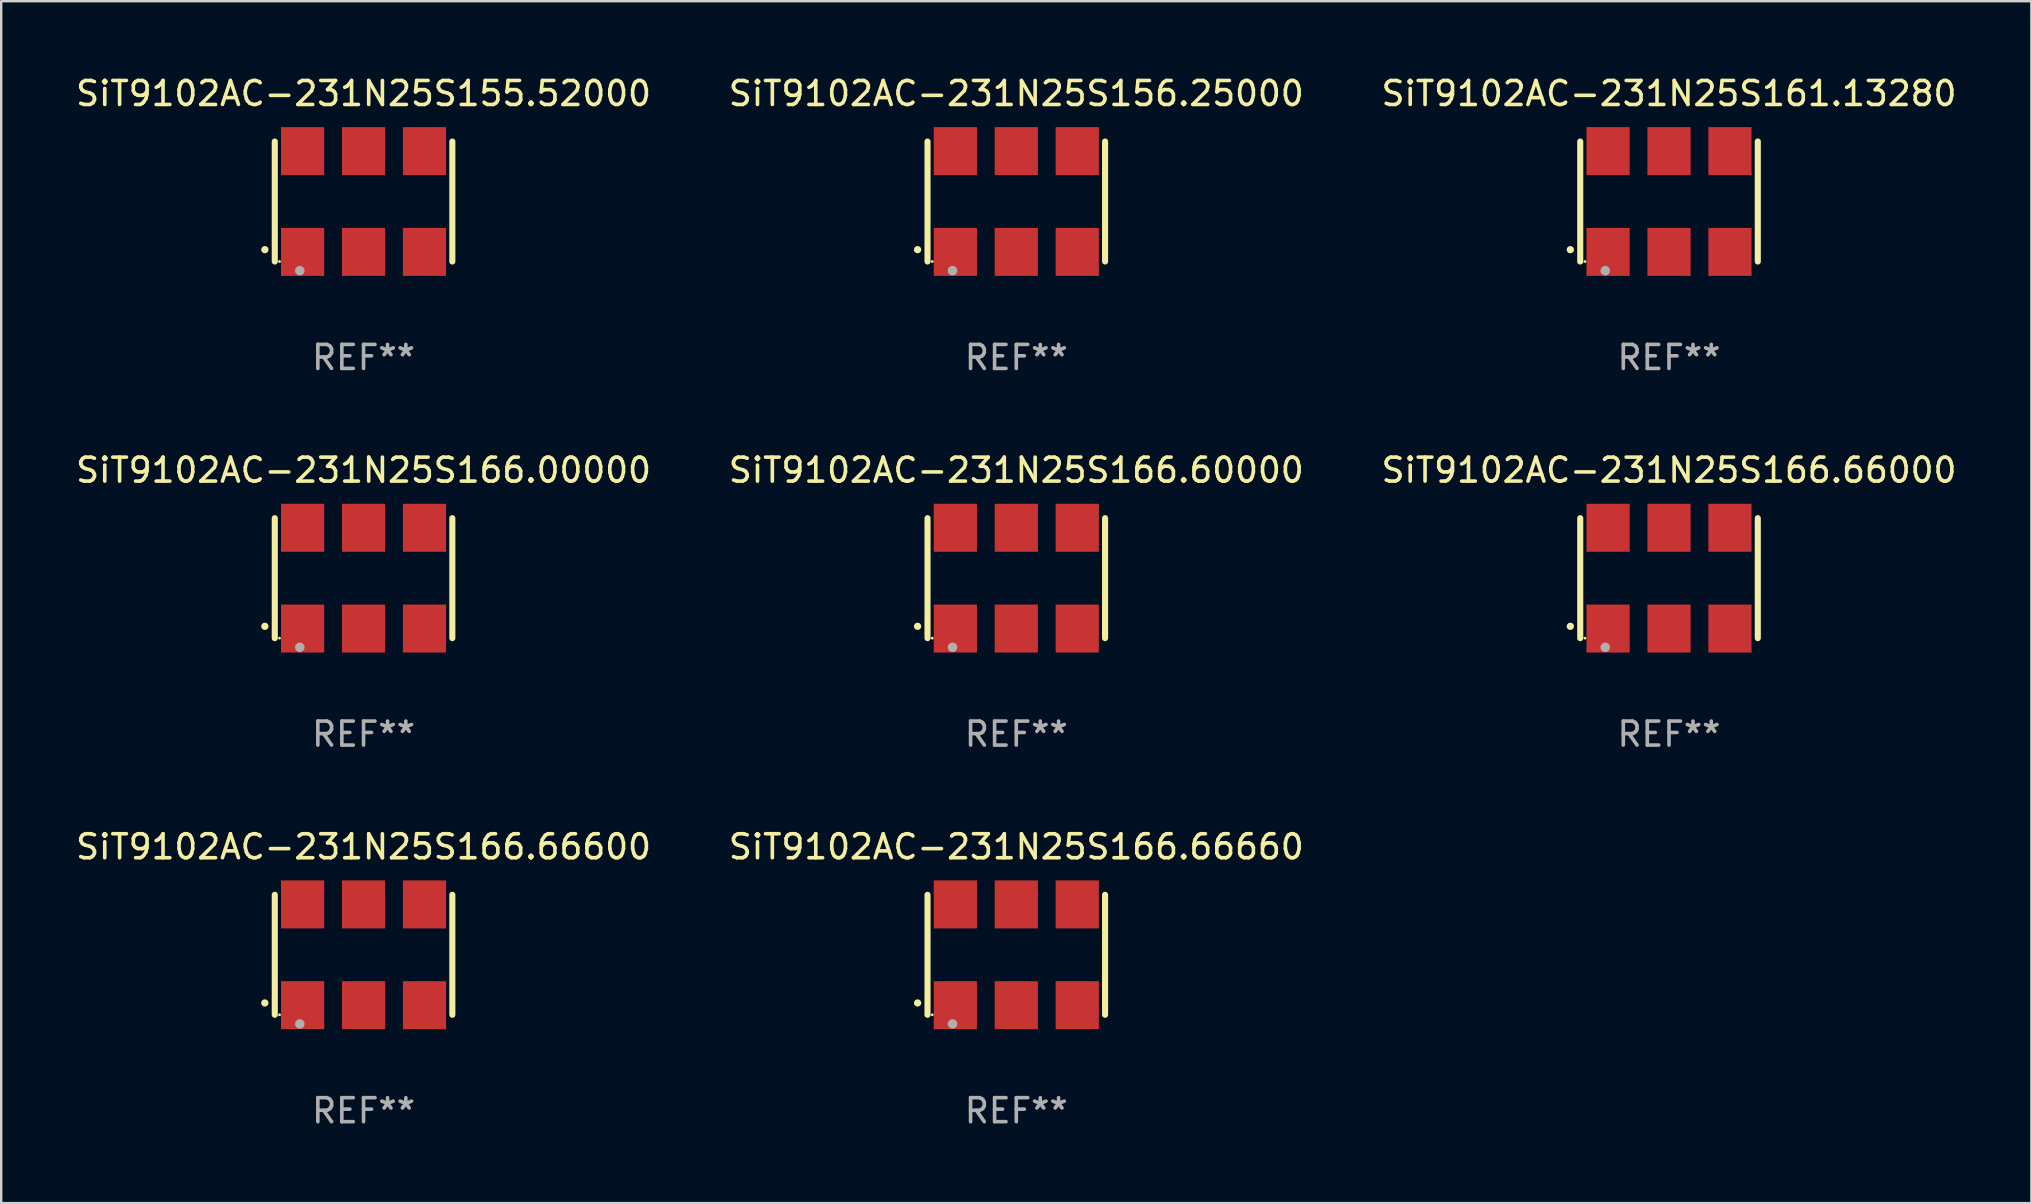
<source format=kicad_pcb>
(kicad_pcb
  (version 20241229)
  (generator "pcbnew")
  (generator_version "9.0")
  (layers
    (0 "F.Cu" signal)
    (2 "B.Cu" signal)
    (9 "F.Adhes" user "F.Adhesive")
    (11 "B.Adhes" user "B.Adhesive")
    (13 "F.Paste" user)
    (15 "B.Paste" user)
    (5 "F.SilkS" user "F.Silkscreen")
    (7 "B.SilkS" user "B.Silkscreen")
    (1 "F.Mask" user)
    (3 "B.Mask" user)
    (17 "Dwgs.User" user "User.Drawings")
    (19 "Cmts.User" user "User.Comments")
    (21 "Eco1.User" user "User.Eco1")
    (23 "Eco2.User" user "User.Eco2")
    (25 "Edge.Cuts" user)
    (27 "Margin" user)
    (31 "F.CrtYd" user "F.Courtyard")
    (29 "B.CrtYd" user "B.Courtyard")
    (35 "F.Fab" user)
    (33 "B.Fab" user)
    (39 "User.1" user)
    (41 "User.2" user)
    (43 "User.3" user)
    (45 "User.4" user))
  (footprint "SiT9102AC-231N25S166.66660"
    (layer "F.Cu")
    (at 39.304 36.741)
    (property "Reference" "SiT9102AC-231N25S166.66660" (at 0 -4.5 0) (layer "F.SilkS") (effects (font (size 1 1) (thickness 0.15))))
    (attr through_hole)
    (fp_line (start -3.7 -2.5) (end -3.7 2.5) (stroke (width 0.254) (type solid)) (layer "F.SilkS"))
    (fp_line (start 3.7 -2.5) (end 3.7 2.5) (stroke (width 0.254) (type solid)) (layer "F.SilkS"))
    (fp_arc (start -4.114415 2.006604) (mid -4.113145 2.006599) (end -4.111875 2.006604) (stroke (width 0.3) (type solid)) (layer "F.SilkS"))
    (fp_circle (center -3.502 2.5) (end -3.472 2.5) (stroke (width 0.06) (type solid)) (fill no) (layer "F.SilkS"))
    (fp_circle (center -2.657 2.882) (end -2.557 2.882) (stroke (width 0.2) (type solid)) (fill no) (layer "F.Fab"))
    (fp_text user "REF**" (at 0 6.5 0) (layer "F.Fab") (effects (font (size 1 1) (thickness 0.15))))
    (pad "1" smd rect (at -2.54 2.1) (size 1.8 2) (layers "F.Cu" "F.Mask" "F.Paste"))
    (pad "2" smd rect (at 0.000394 2.1) (size 1.8 2) (layers "F.Cu" "F.Mask" "F.Paste"))
    (pad "3" smd rect (at 2.54 2.1) (size 1.8 2) (layers "F.Cu" "F.Mask" "F.Paste"))
    (pad "4" smd rect (at 2.54 -2.1) (size 1.8 2) (layers "F.Cu" "F.Mask" "F.Paste"))
    (pad "5" smd rect (at 0.000394 -2.1) (size 1.8 2) (layers "F.Cu" "F.Mask" "F.Paste"))
    (pad "6" smd rect (at -2.54 -2.1) (size 1.8 2) (layers "F.Cu" "F.Mask" "F.Paste")))
  (footprint "SiT9102AC-231N25S155.52000"
    (layer "F.Cu")
    (at 12.101 5.348)
    (property "Reference" "SiT9102AC-231N25S155.52000" (at 0 -4.5 0) (layer "F.SilkS") (effects (font (size 1 1) (thickness 0.15))))
    (attr through_hole)
    (fp_line (start -3.7 -2.5) (end -3.7 2.5) (stroke (width 0.254) (type solid)) (layer "F.SilkS"))
    (fp_line (start 3.7 -2.5) (end 3.7 2.5) (stroke (width 0.254) (type solid)) (layer "F.SilkS"))
    (fp_arc (start -4.114415 2.006604) (mid -4.113145 2.006599) (end -4.111875 2.006604) (stroke (width 0.3) (type solid)) (layer "F.SilkS"))
    (fp_circle (center -3.502 2.5) (end -3.472 2.5) (stroke (width 0.06) (type solid)) (fill no) (layer "F.SilkS"))
    (fp_circle (center -2.657 2.882) (end -2.557 2.882) (stroke (width 0.2) (type solid)) (fill no) (layer "F.Fab"))
    (fp_text user "REF**" (at 0 6.5 0) (layer "F.Fab") (effects (font (size 1 1) (thickness 0.15))))
    (pad "1" smd rect (at -2.54 2.1) (size 1.8 2) (layers "F.Cu" "F.Mask" "F.Paste"))
    (pad "2" smd rect (at 0.000394 2.1) (size 1.8 2) (layers "F.Cu" "F.Mask" "F.Paste"))
    (pad "3" smd rect (at 2.54 2.1) (size 1.8 2) (layers "F.Cu" "F.Mask" "F.Paste"))
    (pad "4" smd rect (at 2.54 -2.1) (size 1.8 2) (layers "F.Cu" "F.Mask" "F.Paste"))
    (pad "5" smd rect (at 0.000394 -2.1) (size 1.8 2) (layers "F.Cu" "F.Mask" "F.Paste"))
    (pad "6" smd rect (at -2.54 -2.1) (size 1.8 2) (layers "F.Cu" "F.Mask" "F.Paste")))
  (footprint "SiT9102AC-231N25S166.66000"
    (layer "F.Cu")
    (at 66.506 21.045)
    (property "Reference" "SiT9102AC-231N25S166.66000" (at 0 -4.5 0) (layer "F.SilkS") (effects (font (size 1 1) (thickness 0.15))))
    (attr through_hole)
    (fp_line (start -3.7 -2.5) (end -3.7 2.5) (stroke (width 0.254) (type solid)) (layer "F.SilkS"))
    (fp_line (start 3.7 -2.5) (end 3.7 2.5) (stroke (width 0.254) (type solid)) (layer "F.SilkS"))
    (fp_arc (start -4.114415 2.006604) (mid -4.113145 2.006599) (end -4.111875 2.006604) (stroke (width 0.3) (type solid)) (layer "F.SilkS"))
    (fp_circle (center -3.502 2.5) (end -3.472 2.5) (stroke (width 0.06) (type solid)) (fill no) (layer "F.SilkS"))
    (fp_circle (center -2.657 2.882) (end -2.557 2.882) (stroke (width 0.2) (type solid)) (fill no) (layer "F.Fab"))
    (fp_text user "REF**" (at 0 6.5 0) (layer "F.Fab") (effects (font (size 1 1) (thickness 0.15))))
    (pad "1" smd rect (at -2.54 2.1) (size 1.8 2) (layers "F.Cu" "F.Mask" "F.Paste"))
    (pad "2" smd rect (at 0.000394 2.1) (size 1.8 2) (layers "F.Cu" "F.Mask" "F.Paste"))
    (pad "3" smd rect (at 2.54 2.1) (size 1.8 2) (layers "F.Cu" "F.Mask" "F.Paste"))
    (pad "4" smd rect (at 2.54 -2.1) (size 1.8 2) (layers "F.Cu" "F.Mask" "F.Paste"))
    (pad "5" smd rect (at 0.000394 -2.1) (size 1.8 2) (layers "F.Cu" "F.Mask" "F.Paste"))
    (pad "6" smd rect (at -2.54 -2.1) (size 1.8 2) (layers "F.Cu" "F.Mask" "F.Paste")))
  (footprint "SiT9102AC-231N25S166.60000"
    (layer "F.Cu")
    (at 39.304 21.045)
    (property "Reference" "SiT9102AC-231N25S166.60000" (at 0 -4.5 0) (layer "F.SilkS") (effects (font (size 1 1) (thickness 0.15))))
    (attr through_hole)
    (fp_line (start -3.7 -2.5) (end -3.7 2.5) (stroke (width 0.254) (type solid)) (layer "F.SilkS"))
    (fp_line (start 3.7 -2.5) (end 3.7 2.5) (stroke (width 0.254) (type solid)) (layer "F.SilkS"))
    (fp_arc (start -4.114415 2.006604) (mid -4.113145 2.006599) (end -4.111875 2.006604) (stroke (width 0.3) (type solid)) (layer "F.SilkS"))
    (fp_circle (center -3.502 2.5) (end -3.472 2.5) (stroke (width 0.06) (type solid)) (fill no) (layer "F.SilkS"))
    (fp_circle (center -2.657 2.882) (end -2.557 2.882) (stroke (width 0.2) (type solid)) (fill no) (layer "F.Fab"))
    (fp_text user "REF**" (at 0 6.5 0) (layer "F.Fab") (effects (font (size 1 1) (thickness 0.15))))
    (pad "1" smd rect (at -2.54 2.1) (size 1.8 2) (layers "F.Cu" "F.Mask" "F.Paste"))
    (pad "2" smd rect (at 0.000394 2.1) (size 1.8 2) (layers "F.Cu" "F.Mask" "F.Paste"))
    (pad "3" smd rect (at 2.54 2.1) (size 1.8 2) (layers "F.Cu" "F.Mask" "F.Paste"))
    (pad "4" smd rect (at 2.54 -2.1) (size 1.8 2) (layers "F.Cu" "F.Mask" "F.Paste"))
    (pad "5" smd rect (at 0.000394 -2.1) (size 1.8 2) (layers "F.Cu" "F.Mask" "F.Paste"))
    (pad "6" smd rect (at -2.54 -2.1) (size 1.8 2) (layers "F.Cu" "F.Mask" "F.Paste")))
  (footprint "SiT9102AC-231N25S156.25000"
    (layer "F.Cu")
    (at 39.304 5.348)
    (property "Reference" "SiT9102AC-231N25S156.25000" (at 0 -4.5 0) (layer "F.SilkS") (effects (font (size 1 1) (thickness 0.15))))
    (attr through_hole)
    (fp_line (start -3.7 -2.5) (end -3.7 2.5) (stroke (width 0.254) (type solid)) (layer "F.SilkS"))
    (fp_line (start 3.7 -2.5) (end 3.7 2.5) (stroke (width 0.254) (type solid)) (layer "F.SilkS"))
    (fp_arc (start -4.114415 2.006604) (mid -4.113145 2.006599) (end -4.111875 2.006604) (stroke (width 0.3) (type solid)) (layer "F.SilkS"))
    (fp_circle (center -3.502 2.5) (end -3.472 2.5) (stroke (width 0.06) (type solid)) (fill no) (layer "F.SilkS"))
    (fp_circle (center -2.657 2.882) (end -2.557 2.882) (stroke (width 0.2) (type solid)) (fill no) (layer "F.Fab"))
    (fp_text user "REF**" (at 0 6.5 0) (layer "F.Fab") (effects (font (size 1 1) (thickness 0.15))))
    (pad "1" smd rect (at -2.54 2.1) (size 1.8 2) (layers "F.Cu" "F.Mask" "F.Paste"))
    (pad "2" smd rect (at 0.000394 2.1) (size 1.8 2) (layers "F.Cu" "F.Mask" "F.Paste"))
    (pad "3" smd rect (at 2.54 2.1) (size 1.8 2) (layers "F.Cu" "F.Mask" "F.Paste"))
    (pad "4" smd rect (at 2.54 -2.1) (size 1.8 2) (layers "F.Cu" "F.Mask" "F.Paste"))
    (pad "5" smd rect (at 0.000394 -2.1) (size 1.8 2) (layers "F.Cu" "F.Mask" "F.Paste"))
    (pad "6" smd rect (at -2.54 -2.1) (size 1.8 2) (layers "F.Cu" "F.Mask" "F.Paste")))
  (footprint "SiT9102AC-231N25S161.13280"
    (layer "F.Cu")
    (at 66.506 5.348)
    (property "Reference" "SiT9102AC-231N25S161.13280" (at 0 -4.5 0) (layer "F.SilkS") (effects (font (size 1 1) (thickness 0.15))))
    (attr through_hole)
    (fp_line (start -3.7 -2.5) (end -3.7 2.5) (stroke (width 0.254) (type solid)) (layer "F.SilkS"))
    (fp_line (start 3.7 -2.5) (end 3.7 2.5) (stroke (width 0.254) (type solid)) (layer "F.SilkS"))
    (fp_arc (start -4.114415 2.006604) (mid -4.113145 2.006599) (end -4.111875 2.006604) (stroke (width 0.3) (type solid)) (layer "F.SilkS"))
    (fp_circle (center -3.502 2.5) (end -3.472 2.5) (stroke (width 0.06) (type solid)) (fill no) (layer "F.SilkS"))
    (fp_circle (center -2.657 2.882) (end -2.557 2.882) (stroke (width 0.2) (type solid)) (fill no) (layer "F.Fab"))
    (fp_text user "REF**" (at 0 6.5 0) (layer "F.Fab") (effects (font (size 1 1) (thickness 0.15))))
    (pad "1" smd rect (at -2.54 2.1) (size 1.8 2) (layers "F.Cu" "F.Mask" "F.Paste"))
    (pad "2" smd rect (at 0.000394 2.1) (size 1.8 2) (layers "F.Cu" "F.Mask" "F.Paste"))
    (pad "3" smd rect (at 2.54 2.1) (size 1.8 2) (layers "F.Cu" "F.Mask" "F.Paste"))
    (pad "4" smd rect (at 2.54 -2.1) (size 1.8 2) (layers "F.Cu" "F.Mask" "F.Paste"))
    (pad "5" smd rect (at 0.000394 -2.1) (size 1.8 2) (layers "F.Cu" "F.Mask" "F.Paste"))
    (pad "6" smd rect (at -2.54 -2.1) (size 1.8 2) (layers "F.Cu" "F.Mask" "F.Paste")))
  (footprint "SiT9102AC-231N25S166.00000"
    (layer "F.Cu")
    (at 12.101 21.045)
    (property "Reference" "SiT9102AC-231N25S166.00000" (at 0 -4.5 0) (layer "F.SilkS") (effects (font (size 1 1) (thickness 0.15))))
    (attr through_hole)
    (fp_line (start -3.7 -2.5) (end -3.7 2.5) (stroke (width 0.254) (type solid)) (layer "F.SilkS"))
    (fp_line (start 3.7 -2.5) (end 3.7 2.5) (stroke (width 0.254) (type solid)) (layer "F.SilkS"))
    (fp_arc (start -4.114415 2.006604) (mid -4.113145 2.006599) (end -4.111875 2.006604) (stroke (width 0.3) (type solid)) (layer "F.SilkS"))
    (fp_circle (center -3.502 2.5) (end -3.472 2.5) (stroke (width 0.06) (type solid)) (fill no) (layer "F.SilkS"))
    (fp_circle (center -2.657 2.882) (end -2.557 2.882) (stroke (width 0.2) (type solid)) (fill no) (layer "F.Fab"))
    (fp_text user "REF**" (at 0 6.5 0) (layer "F.Fab") (effects (font (size 1 1) (thickness 0.15))))
    (pad "1" smd rect (at -2.54 2.1) (size 1.8 2) (layers "F.Cu" "F.Mask" "F.Paste"))
    (pad "2" smd rect (at 0.000394 2.1) (size 1.8 2) (layers "F.Cu" "F.Mask" "F.Paste"))
    (pad "3" smd rect (at 2.54 2.1) (size 1.8 2) (layers "F.Cu" "F.Mask" "F.Paste"))
    (pad "4" smd rect (at 2.54 -2.1) (size 1.8 2) (layers "F.Cu" "F.Mask" "F.Paste"))
    (pad "5" smd rect (at 0.000394 -2.1) (size 1.8 2) (layers "F.Cu" "F.Mask" "F.Paste"))
    (pad "6" smd rect (at -2.54 -2.1) (size 1.8 2) (layers "F.Cu" "F.Mask" "F.Paste")))
  (footprint "SiT9102AC-231N25S166.66600"
    (layer "F.Cu")
    (at 12.101 36.741)
    (property "Reference" "SiT9102AC-231N25S166.66600" (at 0 -4.5 0) (layer "F.SilkS") (effects (font (size 1 1) (thickness 0.15))))
    (attr through_hole)
    (fp_line (start -3.7 -2.5) (end -3.7 2.5) (stroke (width 0.254) (type solid)) (layer "F.SilkS"))
    (fp_line (start 3.7 -2.5) (end 3.7 2.5) (stroke (width 0.254) (type solid)) (layer "F.SilkS"))
    (fp_arc (start -4.114415 2.006604) (mid -4.113145 2.006599) (end -4.111875 2.006604) (stroke (width 0.3) (type solid)) (layer "F.SilkS"))
    (fp_circle (center -3.502 2.5) (end -3.472 2.5) (stroke (width 0.06) (type solid)) (fill no) (layer "F.SilkS"))
    (fp_circle (center -2.657 2.882) (end -2.557 2.882) (stroke (width 0.2) (type solid)) (fill no) (layer "F.Fab"))
    (fp_text user "REF**" (at 0 6.5 0) (layer "F.Fab") (effects (font (size 1 1) (thickness 0.15))))
    (pad "1" smd rect (at -2.54 2.1) (size 1.8 2) (layers "F.Cu" "F.Mask" "F.Paste"))
    (pad "2" smd rect (at 0.000394 2.1) (size 1.8 2) (layers "F.Cu" "F.Mask" "F.Paste"))
    (pad "3" smd rect (at 2.54 2.1) (size 1.8 2) (layers "F.Cu" "F.Mask" "F.Paste"))
    (pad "4" smd rect (at 2.54 -2.1) (size 1.8 2) (layers "F.Cu" "F.Mask" "F.Paste"))
    (pad "5" smd rect (at 0.000394 -2.1) (size 1.8 2) (layers "F.Cu" "F.Mask" "F.Paste"))
    (pad "6" smd rect (at -2.54 -2.1) (size 1.8 2) (layers "F.Cu" "F.Mask" "F.Paste")))
  (gr_rect
    (start -3 -3)
    (end 81.607 47.09)
    (stroke (width 0.1) (type default))
    (fill no)
    (layer "Edge.Cuts")))
</source>
